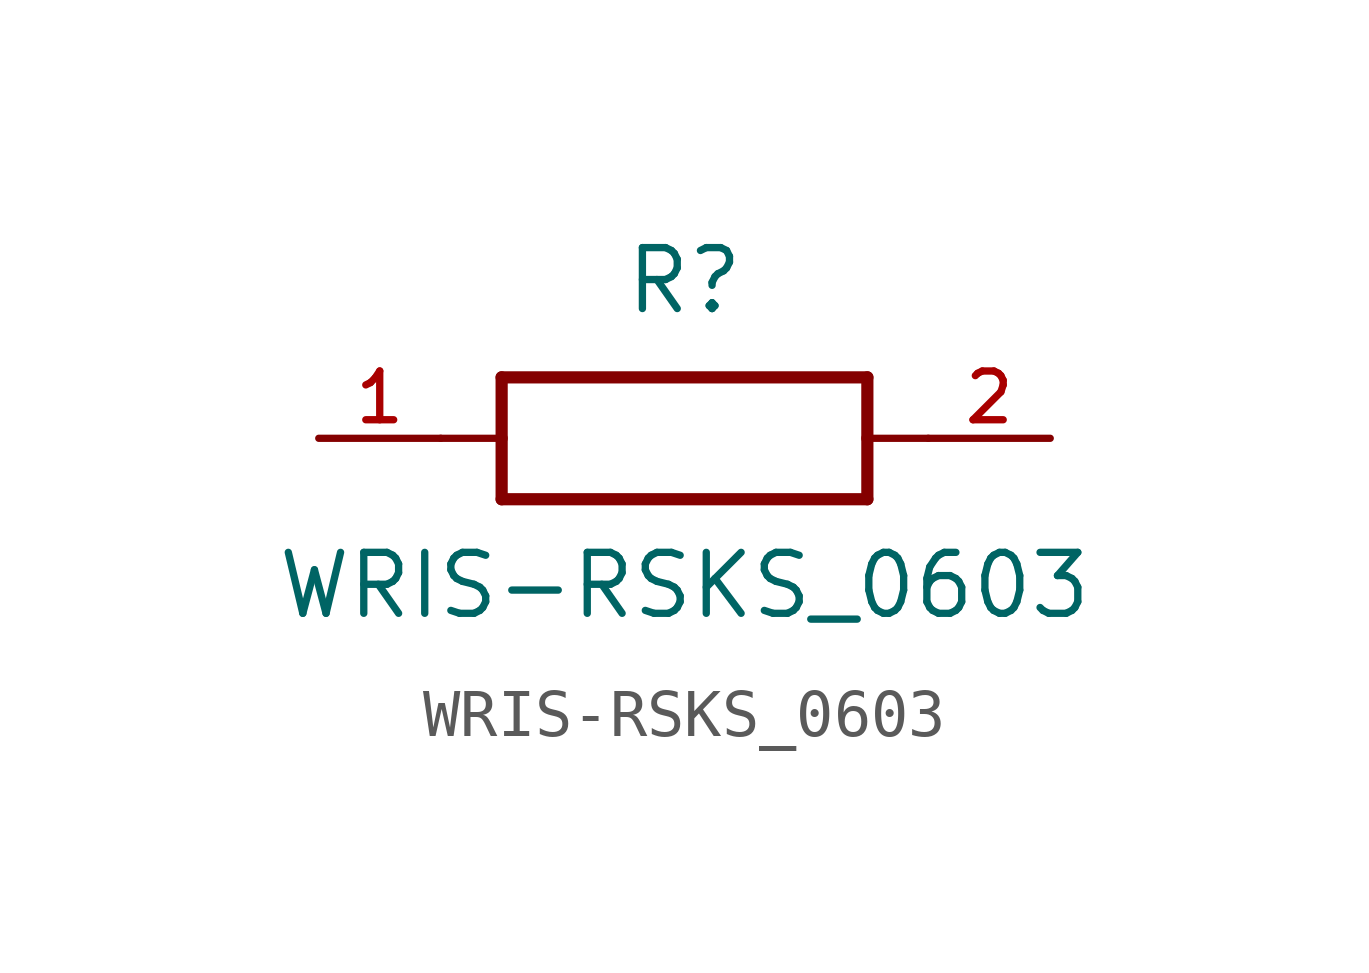
<source format=kicad_sym>
(kicad_symbol_lib
  (version 20211014)
  (generator kicad_symbol_editor)
  (symbol "WRIS-RSKS_0603"
    (pin_names
      (offset 1.016))
    (property "Reference" "R"
      (at 0.0 2.54 0)
      (effects (font (size 1.27 1.27)) (justify bottom)))
    (property "Value" "WRIS-RSKS_0603"
      (at 0.0 -3.81 0)
      (effects (font (size 1.27 1.27)) (justify bottom)))
    (symbol "WRIS-RSKS_0603_0_0"
      (polyline (pts (xy -3.81 1.27) (xy -3.81 0.0)) (stroke (width 0.254)))
      (polyline (pts (xy -3.81 0.0) (xy -3.81 -1.27)) (stroke (width 0.254)))
      (polyline (pts (xy -3.81 -1.27) (xy 3.81 -1.27)) (stroke (width 0.254)))
      (polyline (pts (xy 3.81 -1.27) (xy 3.81 0.0)) (stroke (width 0.254)))
      (polyline (pts (xy 3.81 0.0) (xy 3.81 1.27)) (stroke (width 0.254)))
      (polyline (pts (xy 3.81 1.27) (xy -3.81 1.27)) (stroke (width 0.254)))
      (polyline (pts (xy -5.08 0.0) (xy -3.81 0.0)) (stroke (width 0.152)))
      (polyline (pts (xy 3.81 0.0) (xy 5.08 0.0)) (stroke (width 0.152)))
      (pin passive line (at -7.62 0.0 0) (length 2.54) (name "~" (effects (font (size 1.016 1.016)))) (number "1" (effects (font (size 1.016 1.016)))))
      (pin passive line (at 7.62 0.0 180.0) (length 2.54) (name "~" (effects (font (size 1.016 1.016)))) (number "2" (effects (font (size 1.016 1.016))))))))
</source>
